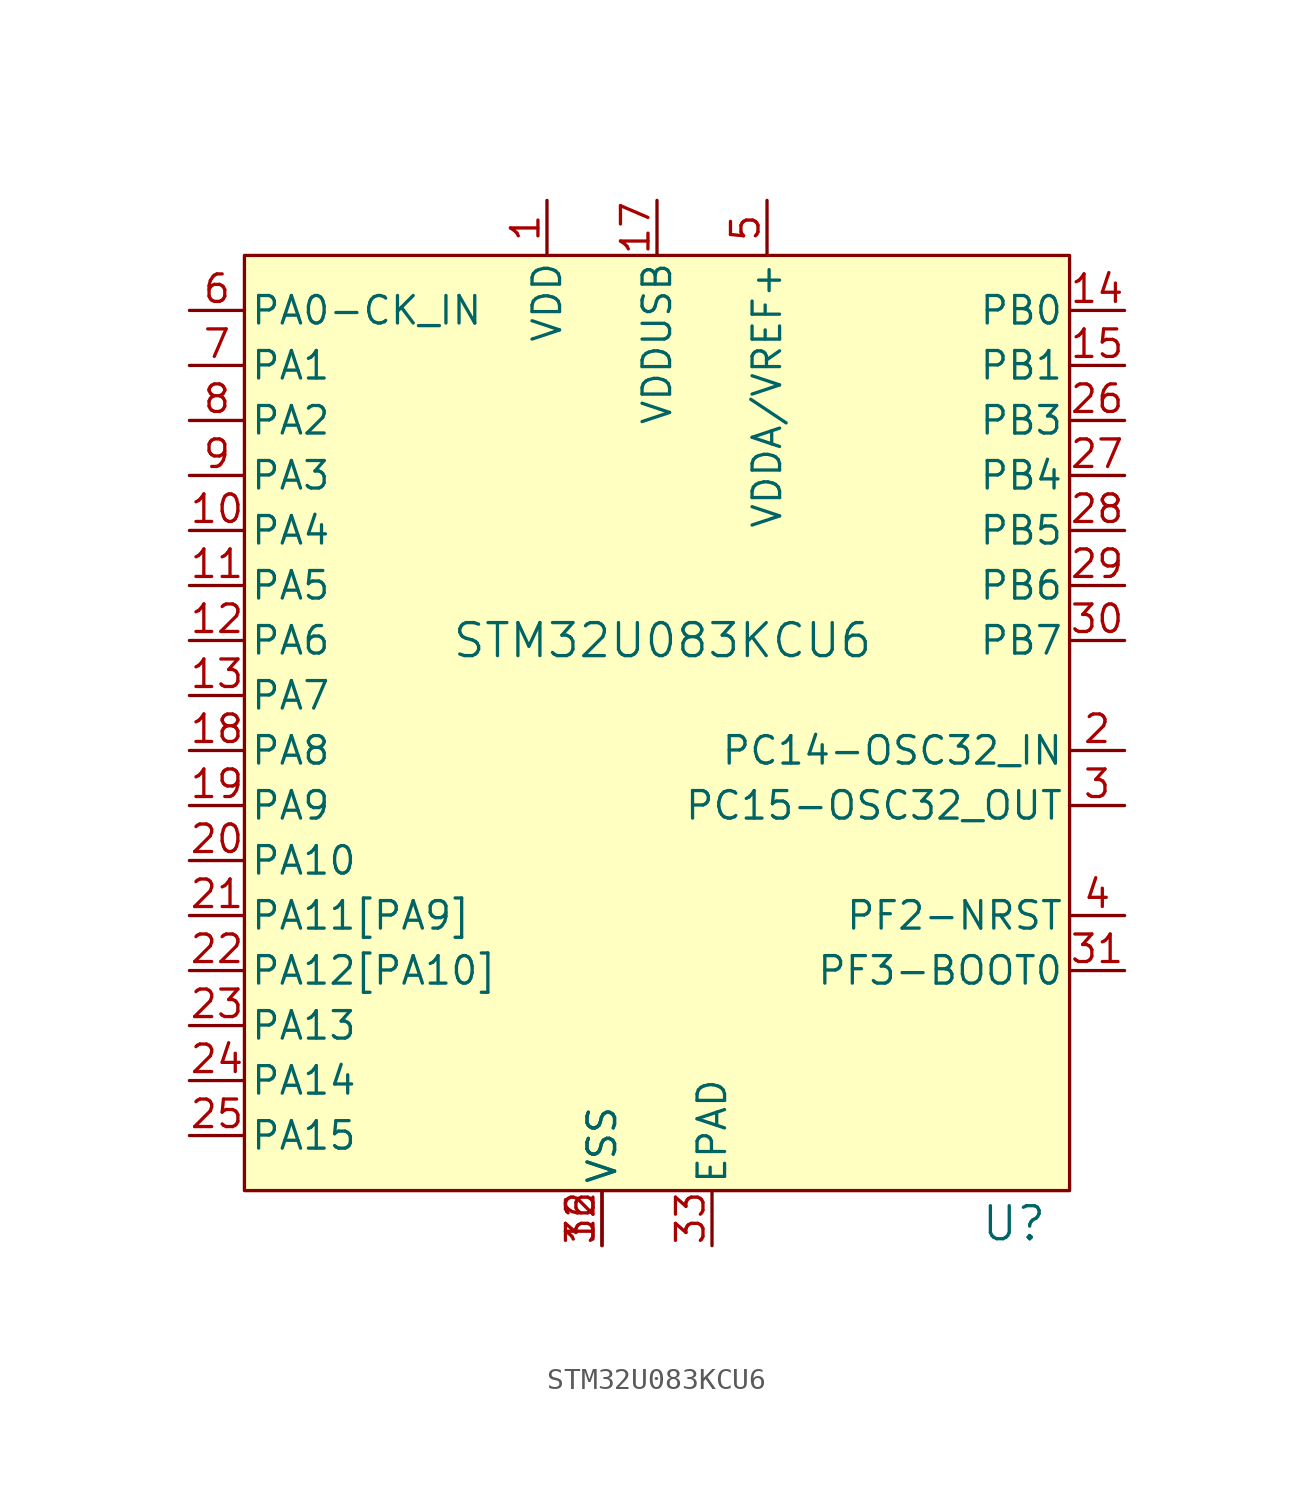
<source format=kicad_sym>
(kicad_symbol_lib
  (version 20231120)
  (generator "kicad_symbol_editor")
  (generator_version "8.0")
  (symbol "STM32U083KCU6"
    (pin_names
      (offset 0.254))
    (property "Reference" "U"
      (at 18.034 -18.034 0)
      (effects (font (size 1.524 1.524)) (justify right)))
    (property "Value" "STM32U083KCU6"
      (at 0.254 8.89 0)
      (effects (font (size 1.524 1.524))))
    (property "ki_locked" ""
      (at 0 0 0)
      (effects (font (size 1.27 1.27))))
    (symbol "STM32U083KCU6_0_1"
      (pin power_in line (at -5.08 29.21 270) (length 2.54) (name "VDD" (effects (font (size 1.27 1.27)))) (number "1" (effects (font (size 1.27 1.27)))))
      (pin bidirectional line (at -21.59 13.97 0) (length 2.54) (name "PA4" (effects (font (size 1.27 1.27)))) (number "10" (effects (font (size 1.27 1.27)))))
      (pin bidirectional line (at -21.59 11.43 0) (length 2.54) (name "PA5" (effects (font (size 1.27 1.27)))) (number "11" (effects (font (size 1.27 1.27)))))
      (pin bidirectional line (at -21.59 8.89 0) (length 2.54) (name "PA6" (effects (font (size 1.27 1.27)))) (number "12" (effects (font (size 1.27 1.27)))))
      (pin bidirectional line (at -21.59 6.35 0) (length 2.54) (name "PA7" (effects (font (size 1.27 1.27)))) (number "13" (effects (font (size 1.27 1.27)))))
      (pin bidirectional line (at 21.59 24.13 180) (length 2.54) (name "PB0" (effects (font (size 1.27 1.27)))) (number "14" (effects (font (size 1.27 1.27)))))
      (pin bidirectional line (at 21.59 21.59 180) (length 2.54) (name "PB1" (effects (font (size 1.27 1.27)))) (number "15" (effects (font (size 1.27 1.27)))))
      (pin power_in line (at -2.54 -19.05 90) (length 2.54) (name "VSS" (effects (font (size 1.27 1.27)))) (number "16" (effects (font (size 1.27 1.27)))))
      (pin power_in line (at 0 29.21 270) (length 2.54) (name "VDDUSB" (effects (font (size 1.27 1.27)))) (number "17" (effects (font (size 1.27 1.27)))))
      (pin bidirectional line (at -21.59 3.81 0) (length 2.54) (name "PA8" (effects (font (size 1.27 1.27)))) (number "18" (effects (font (size 1.27 1.27)))))
      (pin bidirectional line (at -21.59 1.27 0) (length 2.54) (name "PA9" (effects (font (size 1.27 1.27)))) (number "19" (effects (font (size 1.27 1.27)))))
      (pin bidirectional line (at 21.59 3.81 180) (length 2.54) (name "PC14-OSC32_IN" (effects (font (size 1.27 1.27)))) (number "2" (effects (font (size 1.27 1.27)))))
      (pin bidirectional line (at -21.59 -1.27 0) (length 2.54) (name "PA10" (effects (font (size 1.27 1.27)))) (number "20" (effects (font (size 1.27 1.27)))))
      (pin bidirectional line (at -21.59 -3.81 0) (length 2.54) (name "PA11[PA9]" (effects (font (size 1.27 1.27)))) (number "21" (effects (font (size 1.27 1.27)))))
      (pin bidirectional line (at -21.59 -6.35 0) (length 2.54) (name "PA12[PA10]" (effects (font (size 1.27 1.27)))) (number "22" (effects (font (size 1.27 1.27)))))
      (pin bidirectional line (at -21.59 -8.89 0) (length 2.54) (name "PA13" (effects (font (size 1.27 1.27)))) (number "23" (effects (font (size 1.27 1.27)))))
      (pin bidirectional line (at -21.59 -11.43 0) (length 2.54) (name "PA14" (effects (font (size 1.27 1.27)))) (number "24" (effects (font (size 1.27 1.27)))))
      (pin bidirectional line (at -21.59 -13.97 0) (length 2.54) (name "PA15" (effects (font (size 1.27 1.27)))) (number "25" (effects (font (size 1.27 1.27)))))
      (pin bidirectional line (at 21.59 19.05 180) (length 2.54) (name "PB3" (effects (font (size 1.27 1.27)))) (number "26" (effects (font (size 1.27 1.27)))))
      (pin bidirectional line (at 21.59 16.51 180) (length 2.54) (name "PB4" (effects (font (size 1.27 1.27)))) (number "27" (effects (font (size 1.27 1.27)))))
      (pin bidirectional line (at 21.59 13.97 180) (length 2.54) (name "PB5" (effects (font (size 1.27 1.27)))) (number "28" (effects (font (size 1.27 1.27)))))
      (pin bidirectional line (at 21.59 11.43 180) (length 2.54) (name "PB6" (effects (font (size 1.27 1.27)))) (number "29" (effects (font (size 1.27 1.27)))))
      (pin bidirectional line (at 21.59 1.27 180) (length 2.54) (name "PC15-OSC32_OUT" (effects (font (size 1.27 1.27)))) (number "3" (effects (font (size 1.27 1.27)))))
      (pin bidirectional line (at 21.59 8.89 180) (length 2.54) (name "PB7" (effects (font (size 1.27 1.27)))) (number "30" (effects (font (size 1.27 1.27)))))
      (pin bidirectional line (at 21.59 -6.35 180) (length 2.54) (name "PF3-BOOT0" (effects (font (size 1.27 1.27)))) (number "31" (effects (font (size 1.27 1.27)))))
      (pin power_in line (at -2.54 -19.05 90) (length 2.54) (name "VSS" (effects (font (size 1.27 1.27)))) (number "32" (effects (font (size 1.27 1.27)))))
      (pin power_in line (at 2.54 -19.05 90) (length 2.54) (name "EPAD" (effects (font (size 1.27 1.27)))) (number "33" (effects (font (size 1.27 1.27)))))
      (pin bidirectional line (at 21.59 -3.81 180) (length 2.54) (name "PF2-NRST" (effects (font (size 1.27 1.27)))) (number "4" (effects (font (size 1.27 1.27)))))
      (pin power_in line (at 5.08 29.21 270) (length 2.54) (name "VDDA/VREF+" (effects (font (size 1.27 1.27)))) (number "5" (effects (font (size 1.27 1.27)))))
      (pin bidirectional line (at -21.59 24.13 0) (length 2.54) (name "PA0-CK_IN" (effects (font (size 1.27 1.27)))) (number "6" (effects (font (size 1.27 1.27)))))
      (pin bidirectional line (at -21.59 21.59 0) (length 2.54) (name "PA1" (effects (font (size 1.27 1.27)))) (number "7" (effects (font (size 1.27 1.27)))))
      (pin bidirectional line (at -21.59 19.05 0) (length 2.54) (name "PA2" (effects (font (size 1.27 1.27)))) (number "8" (effects (font (size 1.27 1.27)))))
      (pin bidirectional line (at -21.59 16.51 0) (length 2.54) (name "PA3" (effects (font (size 1.27 1.27)))) (number "9" (effects (font (size 1.27 1.27))))))
    (symbol "STM32U083KCU6_1_1"
      (rectangle (start -19.05 26.67) (end 19.05 -16.51) (stroke (width 0) (type default)) (fill (type background))))))
</source>
